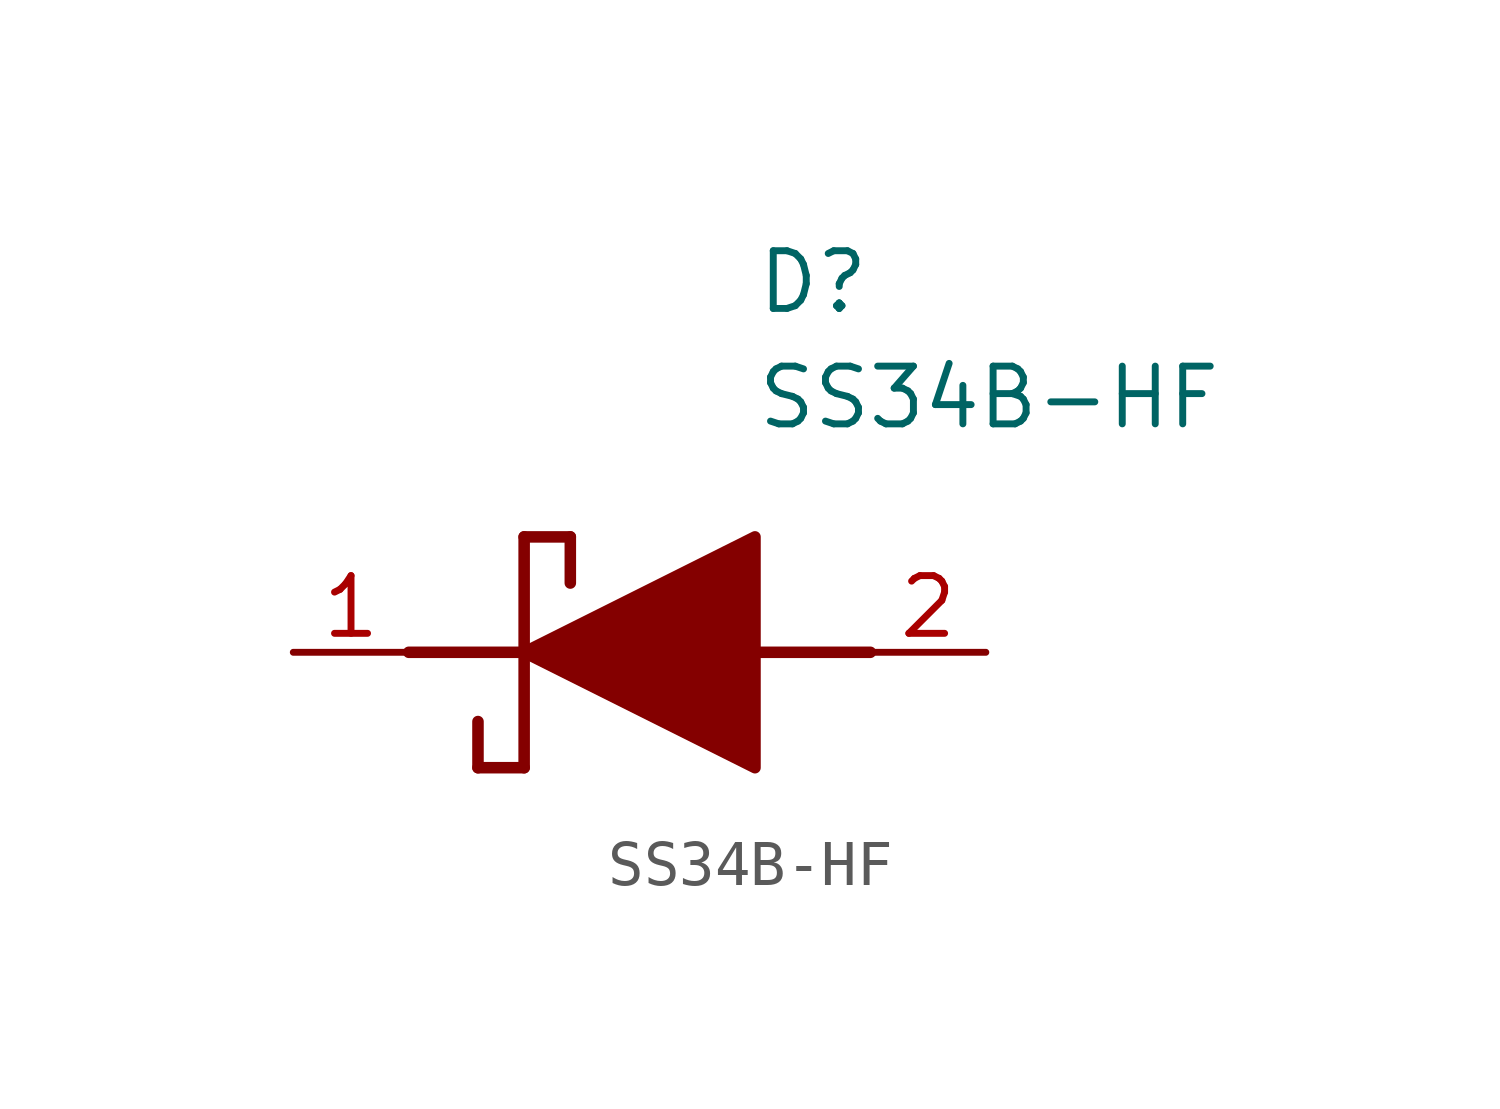
<source format=kicad_sym>
(kicad_symbol_lib
  (version 20211014)
  (generator SamacSys_ECAD_Model)
  (symbol "SS34B-HF"
    (pin_names hide)
    (property "Reference" "D"
      (at 12.7 8.89 0)
      (effects (font (size 1.27 1.27)) (justify left top)))
    (property "Value" "SS34B-HF"
      (at 12.7 6.35 0)
      (effects (font (size 1.27 1.27)) (justify left top)))
    (polyline
      (pts (xy 7.62 2.54) (xy 7.62 -2.54))
      (stroke (width 0.254) (type default))
      (fill (type none)))
    (polyline
      (pts (xy 7.62 2.54) (xy 8.636 2.54))
      (stroke (width 0.254) (type default))
      (fill (type none)))
    (polyline
      (pts (xy 8.636 1.524) (xy 8.636 2.54))
      (stroke (width 0.254) (type default))
      (fill (type none)))
    (polyline
      (pts (xy 7.62 -2.54) (xy 6.604 -2.54))
      (stroke (width 0.254) (type default))
      (fill (type none)))
    (polyline
      (pts (xy 6.604 -1.524) (xy 6.604 -2.54))
      (stroke (width 0.254) (type default))
      (fill (type none)))
    (polyline
      (pts (xy 5.08 0) (xy 7.62 0))
      (stroke (width 0.254) (type default))
      (fill (type none)))
    (polyline
      (pts (xy 12.7 0) (xy 15.24 0))
      (stroke (width 0.254) (type default))
      (fill (type none)))
    (polyline
      (pts (xy 7.62 0) (xy 12.7 2.54) (xy 12.7 -2.54) (xy 7.62 0))
      (stroke (width 0.254) (type default))
      (fill (type outline)))
    (pin passive line
      (at 2.54 0 0)
      (length 2.54)
      (name "K" (effects (font (size 1.27 1.27))))
      (number "1" (effects (font (size 1.27 1.27)))))
    (pin passive line
      (at 17.78 0 180)
      (length 2.54)
      (name "A" (effects (font (size 1.27 1.27))))
      (number "2" (effects (font (size 1.27 1.27)))))))
</source>
